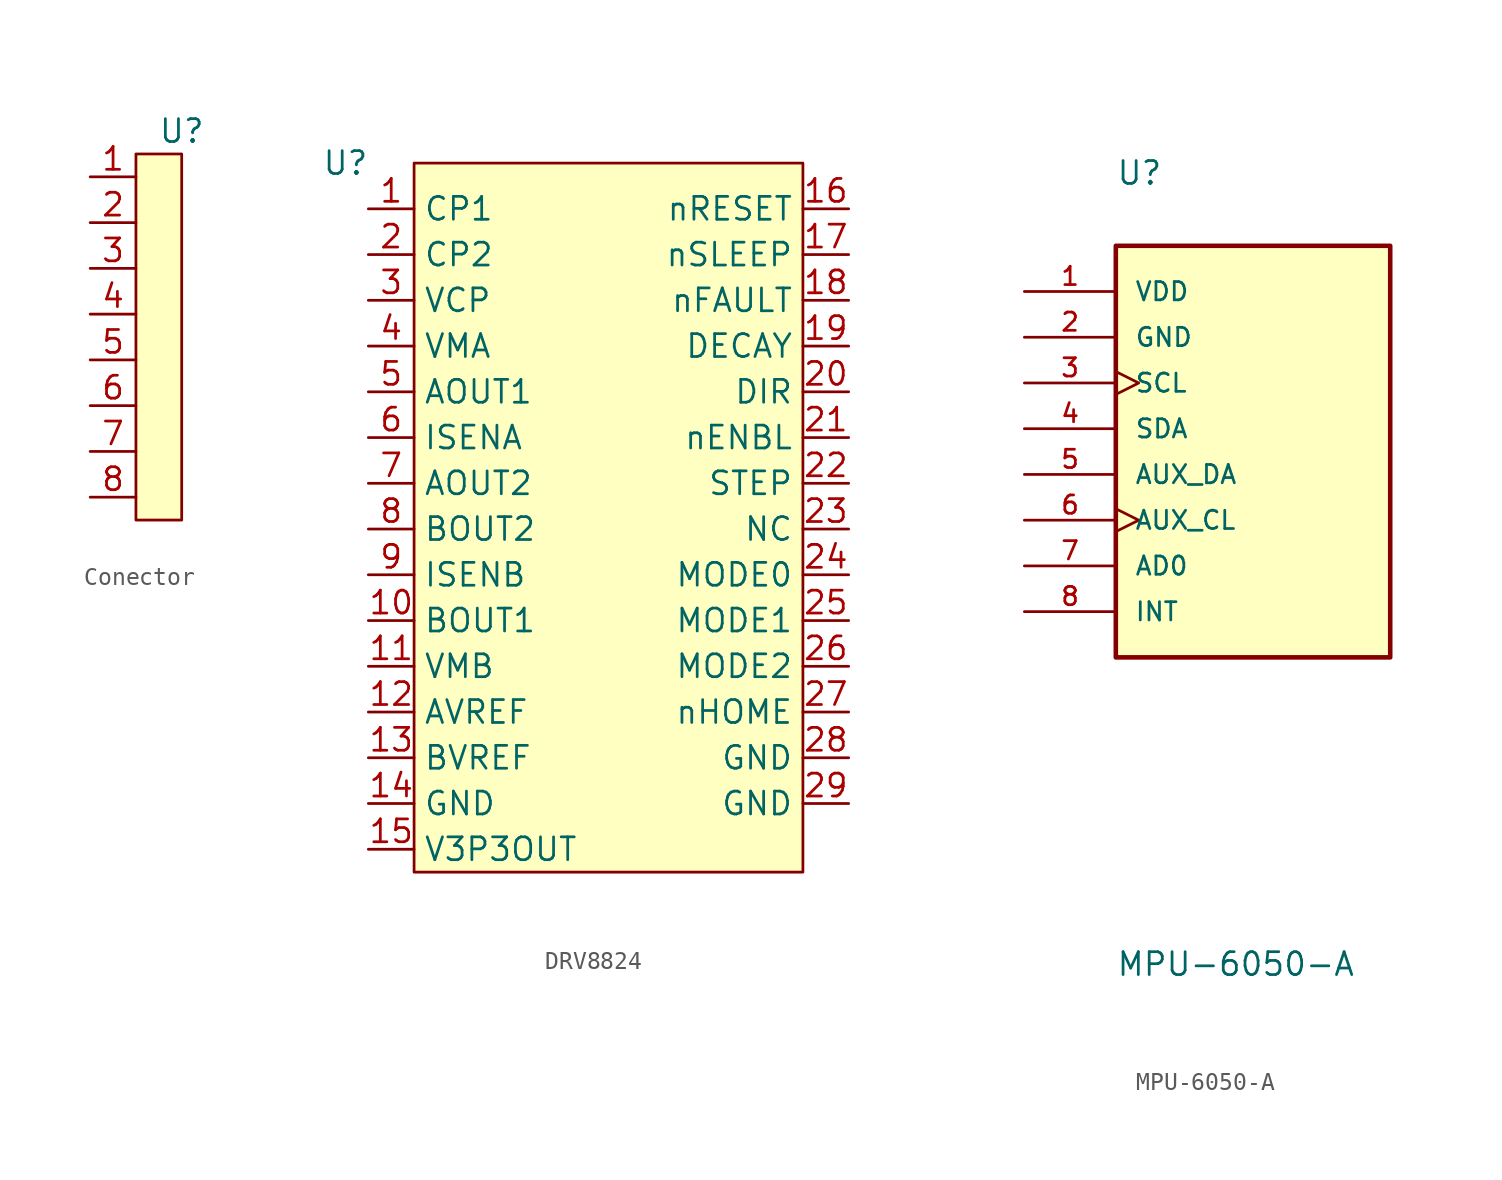
<source format=kicad_sym>
(kicad_symbol_lib
  (version 20220914)
  (generator kicad_symbol_editor)
  (symbol "Conector"
    (property "Reference" "U"
      (at 0 0 0)
      (effects (font (size 1.27 1.27))))
    (property "Value" ""
      (at 0 0 0)
      (effects (font (size 1.27 1.27))))
    (symbol "Conector_1_1"
      (rectangle (start -2.54 -1.27) (end 0 -21.59) (stroke (width 0) (type default)) (fill (type background)))
      (pin bidirectional line (at -5.08 -2.54 0) (length 2.54) (name "" (effects (font (size 1.27 1.27)))) (number "1" (effects (font (size 1.27 1.27)))))
      (pin bidirectional line (at -5.08 -5.08 0) (length 2.54) (name "" (effects (font (size 1.27 1.27)))) (number "2" (effects (font (size 1.27 1.27)))))
      (pin bidirectional line (at -5.08 -7.62 0) (length 2.54) (name "" (effects (font (size 1.27 1.27)))) (number "3" (effects (font (size 1.27 1.27)))))
      (pin bidirectional line (at -5.08 -10.16 0) (length 2.54) (name "" (effects (font (size 1.27 1.27)))) (number "4" (effects (font (size 1.27 1.27)))))
      (pin bidirectional line (at -5.08 -12.7 0) (length 2.54) (name "" (effects (font (size 1.27 1.27)))) (number "5" (effects (font (size 1.27 1.27)))))
      (pin bidirectional line (at -5.08 -15.24 0) (length 2.54) (name "" (effects (font (size 1.27 1.27)))) (number "6" (effects (font (size 1.27 1.27)))))
      (pin bidirectional line (at -5.08 -17.78 0) (length 2.54) (name "" (effects (font (size 1.27 1.27)))) (number "7" (effects (font (size 1.27 1.27)))))
      (pin bidirectional line (at -5.08 -20.32 0) (length 2.54) (name "" (effects (font (size 1.27 1.27)))) (number "8" (effects (font (size 1.27 1.27)))))))
  (symbol "DRV8824"
    (property "Reference" "U"
      (at -15.24 19.05 0)
      (effects (font (size 1.27 1.27))))
    (property "Value" ""
      (at -15.24 19.05 0)
      (effects (font (size 1.27 1.27))))
    (symbol "DRV8824_1_1"
      (rectangle (start -11.43 19.05) (end 10.16 -20.32) (stroke (width 0) (type default)) (fill (type background)))
      (pin bidirectional line (at -13.97 16.51 0) (length 2.54) (name "CP1" (effects (font (size 1.27 1.27)))) (number "1" (effects (font (size 1.27 1.27)))))
      (pin output line (at -13.97 -6.35 0) (length 2.54) (name "BOUT1" (effects (font (size 1.27 1.27)))) (number "10" (effects (font (size 1.27 1.27)))))
      (pin input line (at -13.97 -8.89 0) (length 2.54) (name "VMB" (effects (font (size 1.27 1.27)))) (number "11" (effects (font (size 1.27 1.27)))))
      (pin input line (at -13.97 -11.43 0) (length 2.54) (name "AVREF" (effects (font (size 1.27 1.27)))) (number "12" (effects (font (size 1.27 1.27)))))
      (pin input line (at -13.97 -13.97 0) (length 2.54) (name "BVREF" (effects (font (size 1.27 1.27)))) (number "13" (effects (font (size 1.27 1.27)))))
      (pin input line (at -13.97 -16.51 0) (length 2.54) (name "GND" (effects (font (size 1.27 1.27)))) (number "14" (effects (font (size 1.27 1.27)))))
      (pin output line (at -13.97 -19.05 0) (length 2.54) (name "V3P3OUT" (effects (font (size 1.27 1.27)))) (number "15" (effects (font (size 1.27 1.27)))))
      (pin input line (at 12.7 16.51 180) (length 2.54) (name "nRESET" (effects (font (size 1.27 1.27)))) (number "16" (effects (font (size 1.27 1.27)))))
      (pin input line (at 12.7 13.97 180) (length 2.54) (name "nSLEEP" (effects (font (size 1.27 1.27)))) (number "17" (effects (font (size 1.27 1.27)))))
      (pin output line (at 12.7 11.43 180) (length 2.54) (name "nFAULT" (effects (font (size 1.27 1.27)))) (number "18" (effects (font (size 1.27 1.27)))))
      (pin input line (at 12.7 8.89 180) (length 2.54) (name "DECAY" (effects (font (size 1.27 1.27)))) (number "19" (effects (font (size 1.27 1.27)))))
      (pin bidirectional line (at -13.97 13.97 0) (length 2.54) (name "CP2" (effects (font (size 1.27 1.27)))) (number "2" (effects (font (size 1.27 1.27)))))
      (pin input line (at 12.7 6.35 180) (length 2.54) (name "DIR" (effects (font (size 1.27 1.27)))) (number "20" (effects (font (size 1.27 1.27)))))
      (pin input line (at 12.7 3.81 180) (length 2.54) (name "nENBL" (effects (font (size 1.27 1.27)))) (number "21" (effects (font (size 1.27 1.27)))))
      (pin input line (at 12.7 1.27 180) (length 2.54) (name "STEP" (effects (font (size 1.27 1.27)))) (number "22" (effects (font (size 1.27 1.27)))))
      (pin input line (at 12.7 -1.27 180) (length 2.54) (name "NC" (effects (font (size 1.27 1.27)))) (number "23" (effects (font (size 1.27 1.27)))))
      (pin input line (at 12.7 -3.81 180) (length 2.54) (name "MODE0" (effects (font (size 1.27 1.27)))) (number "24" (effects (font (size 1.27 1.27)))))
      (pin input line (at 12.7 -6.35 180) (length 2.54) (name "MODE1" (effects (font (size 1.27 1.27)))) (number "25" (effects (font (size 1.27 1.27)))))
      (pin input line (at 12.7 -8.89 180) (length 2.54) (name "MODE2" (effects (font (size 1.27 1.27)))) (number "26" (effects (font (size 1.27 1.27)))))
      (pin free line (at 12.7 -11.43 180) (length 2.54) (name "nHOME" (effects (font (size 1.27 1.27)))) (number "27" (effects (font (size 1.27 1.27)))))
      (pin input line (at 12.7 -13.97 180) (length 2.54) (name "GND" (effects (font (size 1.27 1.27)))) (number "28" (effects (font (size 1.27 1.27)))))
      (pin input line (at 12.7 -16.51 180) (length 2.54) (name "GND" (effects (font (size 1.27 1.27)))) (number "29" (effects (font (size 1.27 1.27)))))
      (pin bidirectional line (at -13.97 11.43 0) (length 2.54) (name "VCP" (effects (font (size 1.27 1.27)))) (number "3" (effects (font (size 1.27 1.27)))))
      (pin input line (at -13.97 8.89 0) (length 2.54) (name "VMA" (effects (font (size 1.27 1.27)))) (number "4" (effects (font (size 1.27 1.27)))))
      (pin output line (at -13.97 6.35 0) (length 2.54) (name "AOUT1" (effects (font (size 1.27 1.27)))) (number "5" (effects (font (size 1.27 1.27)))))
      (pin bidirectional line (at -13.97 3.81 0) (length 2.54) (name "ISENA" (effects (font (size 1.27 1.27)))) (number "6" (effects (font (size 1.27 1.27)))))
      (pin output line (at -13.97 1.27 0) (length 2.54) (name "AOUT2" (effects (font (size 1.27 1.27)))) (number "7" (effects (font (size 1.27 1.27)))))
      (pin output line (at -13.97 -1.27 0) (length 2.54) (name "BOUT2" (effects (font (size 1.27 1.27)))) (number "8" (effects (font (size 1.27 1.27)))))
      (pin bidirectional line (at -13.97 -3.81 0) (length 2.54) (name "ISENB" (effects (font (size 1.27 1.27)))) (number "9" (effects (font (size 1.27 1.27)))))))
  (symbol "MPU-6050-A"
    (pin_names
      (offset 1.016))
    (property "Reference" "U"
      (at -12.7 21.082 0)
      (effects (font (size 1.27 1.27)) (justify left bottom)))
    (property "Value" "MPU-6050-A"
      (at -12.7 -22.86 0)
      (effects (font (size 1.27 1.27)) (justify left bottom)))
    (symbol "MPU-6050-A_0_0"
      (rectangle (start -12.7 17.78) (end 2.54 -5.08) (stroke (width 0.254) (type default)) (fill (type background)))
      (pin power_in line (at -17.78 15.24 0) (length 5.08) (name "VDD" (effects (font (size 1.016 1.016)))) (number "1" (effects (font (size 1.016 1.016)))))
      (pin power_in line (at -17.78 12.7 0) (length 5.08) (name "GND" (effects (font (size 1.016 1.016)))) (number "2" (effects (font (size 1.016 1.016)))))
      (pin input clock (at -17.78 10.16 0) (length 5.08) (name "SCL" (effects (font (size 1.016 1.016)))) (number "3" (effects (font (size 1.016 1.016)))))
      (pin bidirectional line (at -17.78 7.62 0) (length 5.08) (name "SDA" (effects (font (size 1.016 1.016)))) (number "4" (effects (font (size 1.016 1.016)))))
      (pin bidirectional line (at -17.78 5.08 0) (length 5.08) (name "AUX_DA" (effects (font (size 1.016 1.016)))) (number "5" (effects (font (size 1.016 1.016)))))
      (pin output clock (at -17.78 2.54 0) (length 5.08) (name "AUX_CL" (effects (font (size 1.016 1.016)))) (number "6" (effects (font (size 1.016 1.016)))))
      (pin input line (at -17.78 0 0) (length 5.08) (name "AD0" (effects (font (size 1.016 1.016)))) (number "7" (effects (font (size 1.016 1.016)))))
      (pin output line (at -17.78 -2.54 0) (length 5.08) (name "INT" (effects (font (size 1.016 1.016)))) (number "8" (effects (font (size 1.016 1.016))))))))
</source>
